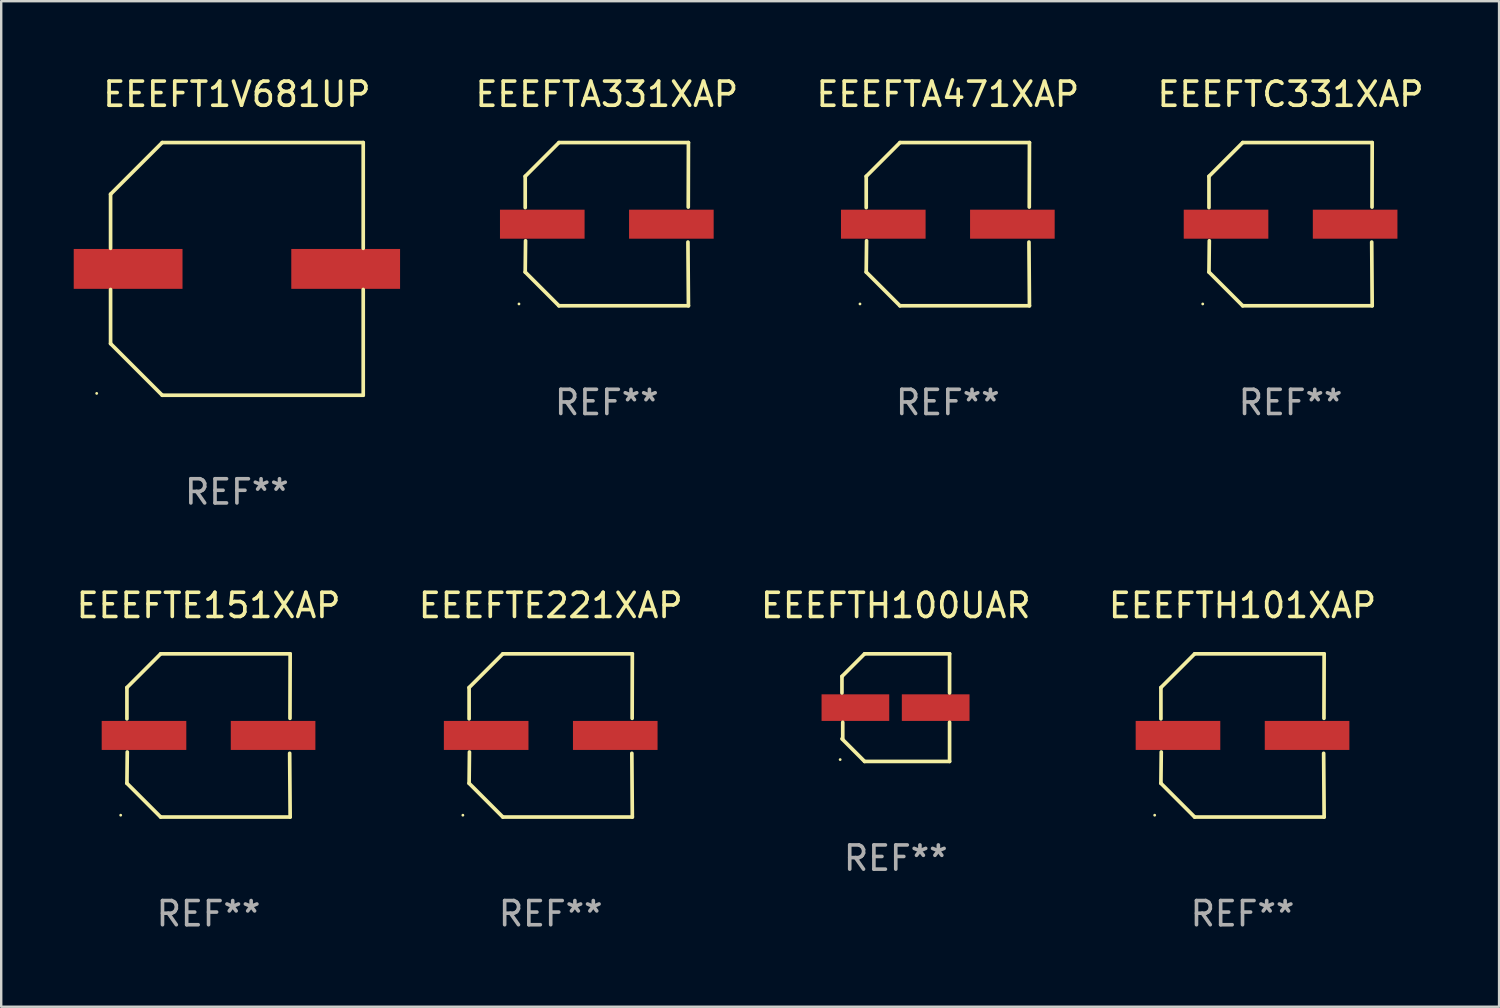
<source format=kicad_pcb>
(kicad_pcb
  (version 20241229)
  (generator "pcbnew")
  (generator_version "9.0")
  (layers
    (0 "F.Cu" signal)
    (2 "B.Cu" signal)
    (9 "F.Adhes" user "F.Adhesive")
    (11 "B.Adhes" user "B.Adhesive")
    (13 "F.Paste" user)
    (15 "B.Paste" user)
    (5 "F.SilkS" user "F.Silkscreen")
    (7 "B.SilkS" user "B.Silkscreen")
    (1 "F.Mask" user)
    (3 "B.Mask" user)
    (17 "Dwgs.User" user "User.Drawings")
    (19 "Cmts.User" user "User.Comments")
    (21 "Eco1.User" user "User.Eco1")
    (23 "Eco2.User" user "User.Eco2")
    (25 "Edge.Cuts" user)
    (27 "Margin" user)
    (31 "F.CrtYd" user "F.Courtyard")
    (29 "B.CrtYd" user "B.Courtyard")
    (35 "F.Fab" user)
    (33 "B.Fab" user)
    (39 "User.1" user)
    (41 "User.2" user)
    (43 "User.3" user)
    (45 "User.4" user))
  (footprint "EEEFTA331XAP"
    (layer "F.Cu")
    (at 22.053 6.224)
    (property "Reference" "EEEFTA331XAP" (at 0 -5.376 0) (layer "F.SilkS") (effects (font (size 1 1) (thickness 0.15))))
    (attr through_hole)
    (fp_line (start -3.376 -1.98) (end -3.376 -0.686) (stroke (width 0.152) (type solid)) (layer "F.SilkS"))
    (fp_line (start -3.376 1.981) (end -3.362 0.686) (stroke (width 0.152) (type solid)) (layer "F.SilkS"))
    (fp_line (start -1.981 3.376) (end -3.376 1.981) (stroke (width 0.152) (type solid)) (layer "F.SilkS"))
    (fp_line (start -1.98 -3.376) (end -3.376 -1.98) (stroke (width 0.152) (type solid)) (layer "F.SilkS"))
    (fp_line (start 3.356 0.74) (end 3.376 3.376) (stroke (width 0.152) (type solid)) (layer "F.SilkS"))
    (fp_line (start 3.369 -0.707) (end 3.376 -3.376) (stroke (width 0.152) (type solid)) (layer "F.SilkS"))
    (fp_line (start 3.376 3.376) (end -1.981 3.376) (stroke (width 0.152) (type solid)) (layer "F.SilkS"))
    (fp_line (start 3.376 -3.376) (end -1.98 -3.376) (stroke (width 0.152) (type solid)) (layer "F.SilkS"))
    (fp_circle (center -3.634 3.3) (end -3.604 3.3) (stroke (width 0.06) (type solid)) (fill no) (layer "F.SilkS"))
    (fp_text user "REF**" (at 0 7.376 0) (layer "F.Fab") (effects (font (size 1 1) (thickness 0.15))))
    (pad "1" smd rect (at -2.67 0.000254) (size 3.5 1.2) (layers "F.Cu" "F.Mask" "F.Paste"))
    (pad "2" smd rect (at 2.67 0.000254) (size 3.5 1.2) (layers "F.Cu" "F.Mask" "F.Paste")))
  (footprint "EEEFT1V681UP"
    (layer "F.Cu")
    (at 6.75 8.074)
    (property "Reference" "EEEFT1V681UP" (at 0 -7.226 0) (layer "F.SilkS") (effects (font (size 1 1) (thickness 0.15))))
    (attr through_hole)
    (fp_line (start -5.226 -3.09) (end -5.226 -0.852) (stroke (width 0.152) (type solid)) (layer "F.SilkS"))
    (fp_line (start -5.226 3.09) (end -5.226 0.852) (stroke (width 0.152) (type solid)) (layer "F.SilkS"))
    (fp_line (start -3.09 -5.226) (end -5.226 -3.09) (stroke (width 0.152) (type solid)) (layer "F.SilkS"))
    (fp_line (start -3.09 5.226) (end -5.226 3.09) (stroke (width 0.152) (type solid)) (layer "F.SilkS"))
    (fp_line (start 5.226 -5.226) (end -3.09 -5.226) (stroke (width 0.152) (type solid)) (layer "F.SilkS"))
    (fp_line (start 5.226 -0.852) (end 5.226 -5.226) (stroke (width 0.152) (type solid)) (layer "F.SilkS"))
    (fp_line (start 5.226 0.852) (end 5.226 5.226) (stroke (width 0.152) (type solid)) (layer "F.SilkS"))
    (fp_line (start 5.226 5.226) (end -3.09 5.226) (stroke (width 0.152) (type solid)) (layer "F.SilkS"))
    (fp_circle (center -5.8 5.15) (end -5.77 5.15) (stroke (width 0.06) (type solid)) (fill no) (layer "F.SilkS"))
    (fp_text user "REF**" (at 0 9.226 0) (layer "F.Fab") (effects (font (size 1 1) (thickness 0.15))))
    (pad "1" smd rect (at -4.5 0) (size 4.5 1.65) (layers "F.Cu" "F.Mask" "F.Paste"))
    (pad "2" smd rect (at 4.5 0) (size 4.5 1.65) (layers "F.Cu" "F.Mask" "F.Paste")))
  (footprint "EEEFTE151XAP"
    (layer "F.Cu")
    (at 5.577 27.373)
    (property "Reference" "EEEFTE151XAP" (at 0 -5.376 0) (layer "F.SilkS") (effects (font (size 1 1) (thickness 0.15))))
    (attr through_hole)
    (fp_line (start -3.376 -1.98) (end -3.376 -0.686) (stroke (width 0.152) (type solid)) (layer "F.SilkS"))
    (fp_line (start -3.376 1.981) (end -3.362 0.686) (stroke (width 0.152) (type solid)) (layer "F.SilkS"))
    (fp_line (start -1.981 3.376) (end -3.376 1.981) (stroke (width 0.152) (type solid)) (layer "F.SilkS"))
    (fp_line (start -1.98 -3.376) (end -3.376 -1.98) (stroke (width 0.152) (type solid)) (layer "F.SilkS"))
    (fp_line (start 3.356 0.74) (end 3.376 3.376) (stroke (width 0.152) (type solid)) (layer "F.SilkS"))
    (fp_line (start 3.369 -0.707) (end 3.376 -3.376) (stroke (width 0.152) (type solid)) (layer "F.SilkS"))
    (fp_line (start 3.376 3.376) (end -1.981 3.376) (stroke (width 0.152) (type solid)) (layer "F.SilkS"))
    (fp_line (start 3.376 -3.376) (end -1.98 -3.376) (stroke (width 0.152) (type solid)) (layer "F.SilkS"))
    (fp_circle (center -3.634 3.3) (end -3.604 3.3) (stroke (width 0.06) (type solid)) (fill no) (layer "F.SilkS"))
    (fp_text user "REF**" (at 0 7.376 0) (layer "F.Fab") (effects (font (size 1 1) (thickness 0.15))))
    (pad "1" smd rect (at -2.67 0.000254) (size 3.5 1.2) (layers "F.Cu" "F.Mask" "F.Paste"))
    (pad "2" smd rect (at 2.67 0.000254) (size 3.5 1.2) (layers "F.Cu" "F.Mask" "F.Paste")))
  (footprint "EEEFTC331XAP"
    (layer "F.Cu")
    (at 50.339 6.224)
    (property "Reference" "EEEFTC331XAP" (at 0 -5.376 0) (layer "F.SilkS") (effects (font (size 1 1) (thickness 0.15))))
    (attr through_hole)
    (fp_line (start -3.376 -1.98) (end -3.376 -0.686) (stroke (width 0.152) (type solid)) (layer "F.SilkS"))
    (fp_line (start -3.376 1.981) (end -3.362 0.686) (stroke (width 0.152) (type solid)) (layer "F.SilkS"))
    (fp_line (start -1.981 3.376) (end -3.376 1.981) (stroke (width 0.152) (type solid)) (layer "F.SilkS"))
    (fp_line (start -1.98 -3.376) (end -3.376 -1.98) (stroke (width 0.152) (type solid)) (layer "F.SilkS"))
    (fp_line (start 3.356 0.74) (end 3.376 3.376) (stroke (width 0.152) (type solid)) (layer "F.SilkS"))
    (fp_line (start 3.369 -0.707) (end 3.376 -3.376) (stroke (width 0.152) (type solid)) (layer "F.SilkS"))
    (fp_line (start 3.376 3.376) (end -1.981 3.376) (stroke (width 0.152) (type solid)) (layer "F.SilkS"))
    (fp_line (start 3.376 -3.376) (end -1.98 -3.376) (stroke (width 0.152) (type solid)) (layer "F.SilkS"))
    (fp_circle (center -3.634 3.3) (end -3.604 3.3) (stroke (width 0.06) (type solid)) (fill no) (layer "F.SilkS"))
    (fp_text user "REF**" (at 0 7.376 0) (layer "F.Fab") (effects (font (size 1 1) (thickness 0.15))))
    (pad "1" smd rect (at -2.67 0.000254) (size 3.5 1.2) (layers "F.Cu" "F.Mask" "F.Paste"))
    (pad "2" smd rect (at 2.67 0.000254) (size 3.5 1.2) (layers "F.Cu" "F.Mask" "F.Paste")))
  (footprint "EEEFTH101XAP"
    (layer "F.Cu")
    (at 48.351 27.373)
    (property "Reference" "EEEFTH101XAP" (at 0 -5.376 0) (layer "F.SilkS") (effects (font (size 1 1) (thickness 0.15))))
    (attr through_hole)
    (fp_line (start -3.376 -1.98) (end -3.376 -0.686) (stroke (width 0.152) (type solid)) (layer "F.SilkS"))
    (fp_line (start -3.376 1.981) (end -3.362 0.686) (stroke (width 0.152) (type solid)) (layer "F.SilkS"))
    (fp_line (start -1.981 3.376) (end -3.376 1.981) (stroke (width 0.152) (type solid)) (layer "F.SilkS"))
    (fp_line (start -1.98 -3.376) (end -3.376 -1.98) (stroke (width 0.152) (type solid)) (layer "F.SilkS"))
    (fp_line (start 3.356 0.74) (end 3.376 3.376) (stroke (width 0.152) (type solid)) (layer "F.SilkS"))
    (fp_line (start 3.369 -0.707) (end 3.376 -3.376) (stroke (width 0.152) (type solid)) (layer "F.SilkS"))
    (fp_line (start 3.376 3.376) (end -1.981 3.376) (stroke (width 0.152) (type solid)) (layer "F.SilkS"))
    (fp_line (start 3.376 -3.376) (end -1.98 -3.376) (stroke (width 0.152) (type solid)) (layer "F.SilkS"))
    (fp_circle (center -3.634 3.3) (end -3.604 3.3) (stroke (width 0.06) (type solid)) (fill no) (layer "F.SilkS"))
    (fp_text user "REF**" (at 0 7.376 0) (layer "F.Fab") (effects (font (size 1 1) (thickness 0.15))))
    (pad "1" smd rect (at -2.67 0.000254) (size 3.5 1.2) (layers "F.Cu" "F.Mask" "F.Paste"))
    (pad "2" smd rect (at 2.67 0.000254) (size 3.5 1.2) (layers "F.Cu" "F.Mask" "F.Paste")))
  (footprint "EEEFTE221XAP"
    (layer "F.Cu")
    (at 19.732 27.373)
    (property "Reference" "EEEFTE221XAP" (at 0 -5.376 0) (layer "F.SilkS") (effects (font (size 1 1) (thickness 0.15))))
    (attr through_hole)
    (fp_line (start -3.376 -1.98) (end -3.376 -0.686) (stroke (width 0.152) (type solid)) (layer "F.SilkS"))
    (fp_line (start -3.376 1.981) (end -3.362 0.686) (stroke (width 0.152) (type solid)) (layer "F.SilkS"))
    (fp_line (start -1.981 3.376) (end -3.376 1.981) (stroke (width 0.152) (type solid)) (layer "F.SilkS"))
    (fp_line (start -1.98 -3.376) (end -3.376 -1.98) (stroke (width 0.152) (type solid)) (layer "F.SilkS"))
    (fp_line (start 3.356 0.74) (end 3.376 3.376) (stroke (width 0.152) (type solid)) (layer "F.SilkS"))
    (fp_line (start 3.369 -0.707) (end 3.376 -3.376) (stroke (width 0.152) (type solid)) (layer "F.SilkS"))
    (fp_line (start 3.376 3.376) (end -1.981 3.376) (stroke (width 0.152) (type solid)) (layer "F.SilkS"))
    (fp_line (start 3.376 -3.376) (end -1.98 -3.376) (stroke (width 0.152) (type solid)) (layer "F.SilkS"))
    (fp_circle (center -3.634 3.3) (end -3.604 3.3) (stroke (width 0.06) (type solid)) (fill no) (layer "F.SilkS"))
    (fp_text user "REF**" (at 0 7.376 0) (layer "F.Fab") (effects (font (size 1 1) (thickness 0.15))))
    (pad "1" smd rect (at -2.67 0.000254) (size 3.5 1.2) (layers "F.Cu" "F.Mask" "F.Paste"))
    (pad "2" smd rect (at 2.67 0.000254) (size 3.5 1.2) (layers "F.Cu" "F.Mask" "F.Paste")))
  (footprint "EEEFTH100UAR"
    (layer "F.Cu")
    (at 34.006 26.223)
    (property "Reference" "EEEFTH100UAR" (at 0 -4.226 0) (layer "F.SilkS") (effects (font (size 1 1) (thickness 0.15))))
    (attr through_hole)
    (fp_line (start -2.226 -1.29) (end -2.226 -0.607) (stroke (width 0.152) (type solid)) (layer "F.SilkS"))
    (fp_line (start -2.193 1.29) (end -2.193 0.607) (stroke (width 0.152) (type solid)) (layer "F.SilkS"))
    (fp_line (start -1.29 2.226) (end -2.226 1.29) (stroke (width 0.152) (type solid)) (layer "F.SilkS"))
    (fp_line (start -1.29 -2.226) (end -2.226 -1.29) (stroke (width 0.152) (type solid)) (layer "F.SilkS"))
    (fp_line (start 2.226 -2.226) (end -1.29 -2.226) (stroke (width 0.152) (type solid)) (layer "F.SilkS"))
    (fp_line (start 2.226 -0.607) (end 2.226 -2.226) (stroke (width 0.152) (type solid)) (layer "F.SilkS"))
    (fp_line (start 2.226 0.607) (end 2.226 2.226) (stroke (width 0.152) (type solid)) (layer "F.SilkS"))
    (fp_line (start 2.226 2.226) (end -1.29 2.226) (stroke (width 0.152) (type solid)) (layer "F.SilkS"))
    (fp_circle (center -2.3 2.15) (end -2.27 2.15) (stroke (width 0.06) (type solid)) (fill no) (layer "F.SilkS"))
    (fp_text user "REF**" (at 0 6.226 0) (layer "F.Fab") (effects (font (size 1 1) (thickness 0.15))))
    (pad "1" smd rect (at -1.67 -0.000025) (size 2.8 1.1) (layers "F.Cu" "F.Mask" "F.Paste"))
    (pad "2" smd rect (at 1.651 -0.000025) (size 2.8 1.1) (layers "F.Cu" "F.Mask" "F.Paste")))
  (footprint "EEEFTA471XAP"
    (layer "F.Cu")
    (at 36.16 6.224)
    (property "Reference" "EEEFTA471XAP" (at 0 -5.376 0) (layer "F.SilkS") (effects (font (size 1 1) (thickness 0.15))))
    (attr through_hole)
    (fp_line (start -3.376 -1.98) (end -3.376 -0.686) (stroke (width 0.152) (type solid)) (layer "F.SilkS"))
    (fp_line (start -3.376 1.981) (end -3.362 0.686) (stroke (width 0.152) (type solid)) (layer "F.SilkS"))
    (fp_line (start -1.981 3.376) (end -3.376 1.981) (stroke (width 0.152) (type solid)) (layer "F.SilkS"))
    (fp_line (start -1.98 -3.376) (end -3.376 -1.98) (stroke (width 0.152) (type solid)) (layer "F.SilkS"))
    (fp_line (start 3.356 0.74) (end 3.376 3.376) (stroke (width 0.152) (type solid)) (layer "F.SilkS"))
    (fp_line (start 3.369 -0.707) (end 3.376 -3.376) (stroke (width 0.152) (type solid)) (layer "F.SilkS"))
    (fp_line (start 3.376 3.376) (end -1.981 3.376) (stroke (width 0.152) (type solid)) (layer "F.SilkS"))
    (fp_line (start 3.376 -3.376) (end -1.98 -3.376) (stroke (width 0.152) (type solid)) (layer "F.SilkS"))
    (fp_circle (center -3.634 3.3) (end -3.604 3.3) (stroke (width 0.06) (type solid)) (fill no) (layer "F.SilkS"))
    (fp_text user "REF**" (at 0 7.376 0) (layer "F.Fab") (effects (font (size 1 1) (thickness 0.15))))
    (pad "1" smd rect (at -2.67 0.000254) (size 3.5 1.2) (layers "F.Cu" "F.Mask" "F.Paste"))
    (pad "2" smd rect (at 2.67 0.000254) (size 3.5 1.2) (layers "F.Cu" "F.Mask" "F.Paste")))
  (gr_rect
    (start -3 -3)
    (end 58.964 38.597)
    (stroke (width 0.1) (type default))
    (fill no)
    (layer "Edge.Cuts")))
</source>
